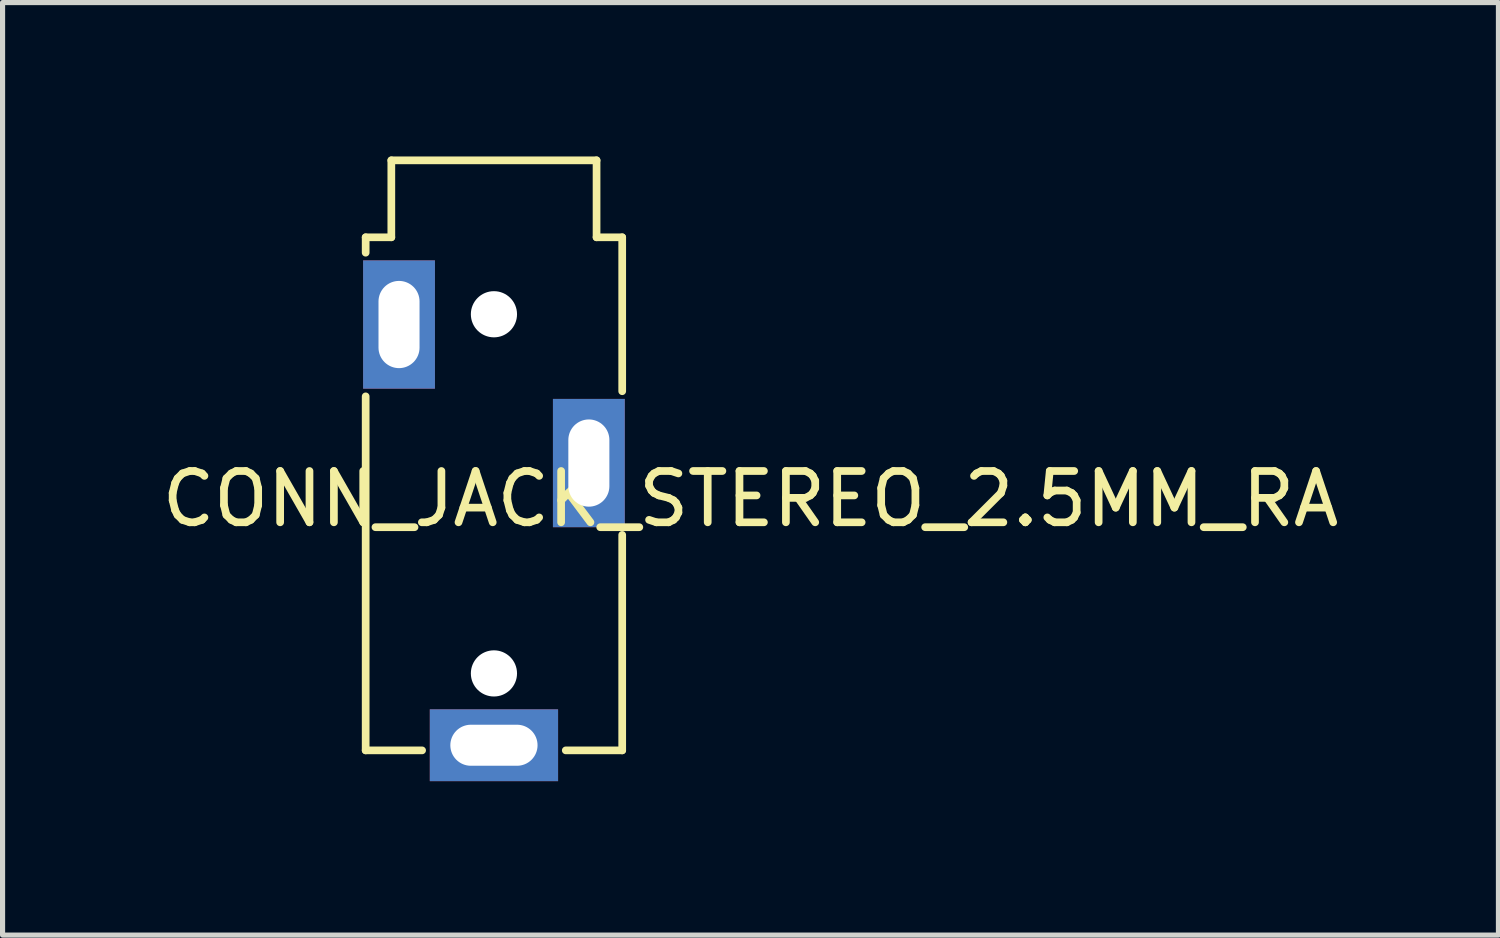
<source format=kicad_pcb>
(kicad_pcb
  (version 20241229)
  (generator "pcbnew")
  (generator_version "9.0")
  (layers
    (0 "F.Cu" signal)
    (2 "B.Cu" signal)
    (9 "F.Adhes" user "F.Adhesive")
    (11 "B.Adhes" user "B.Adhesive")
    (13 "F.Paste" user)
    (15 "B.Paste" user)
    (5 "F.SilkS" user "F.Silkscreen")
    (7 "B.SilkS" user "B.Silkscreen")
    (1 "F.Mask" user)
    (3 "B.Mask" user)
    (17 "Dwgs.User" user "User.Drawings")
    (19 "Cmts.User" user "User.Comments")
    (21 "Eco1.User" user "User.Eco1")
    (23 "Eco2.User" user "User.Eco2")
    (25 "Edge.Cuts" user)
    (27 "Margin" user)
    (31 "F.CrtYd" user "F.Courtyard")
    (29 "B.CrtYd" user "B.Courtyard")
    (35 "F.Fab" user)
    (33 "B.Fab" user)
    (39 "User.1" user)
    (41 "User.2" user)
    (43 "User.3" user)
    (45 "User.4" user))
  (footprint "CONN_JACK_STEREO_2.5MM_RA"
    (layer "F.Cu")
    (at 6.577 5.975)
    (property "Reference" "CONN_JACK_STEREO_2.5MM_RA" (at 5 0.7 180) (layer "F.SilkS") (effects (font (size 1 1) (thickness 0.15))))
    (attr through_hole)
    (fp_line (start -2.5 -4.4) (end -2 -4.4) (stroke (width 0.15) (type solid)) (layer "F.SilkS"))
    (fp_line (start -2.5 -4.1) (end -2.5 -4.4) (stroke (width 0.15) (type solid)) (layer "F.SilkS"))
    (fp_line (start -2.5 5.6) (end -2.5 -1.3) (stroke (width 0.15) (type solid)) (layer "F.SilkS"))
    (fp_line (start -2.5 5.6) (end -1.4 5.6) (stroke (width 0.15) (type solid)) (layer "F.SilkS"))
    (fp_line (start -2 -5.9) (end 2 -5.9) (stroke (width 0.15) (type solid)) (layer "F.SilkS"))
    (fp_line (start -2 -4.4) (end -2 -5.9) (stroke (width 0.15) (type solid)) (layer "F.SilkS"))
    (fp_line (start 1.4 5.6) (end 2.5 5.6) (stroke (width 0.15) (type solid)) (layer "F.SilkS"))
    (fp_line (start 2 -5.9) (end 2 -4.4) (stroke (width 0.15) (type solid)) (layer "F.SilkS"))
    (fp_line (start 2 -4.4) (end 2.5 -4.4) (stroke (width 0.15) (type solid)) (layer "F.SilkS"))
    (fp_line (start 2.5 -4.4) (end 2.5 -1.4) (stroke (width 0.15) (type solid)) (layer "F.SilkS"))
    (fp_line (start 2.5 5.6) (end 2.5 1.4) (stroke (width 0.15) (type solid)) (layer "F.SilkS"))
    (pad "" np_thru_hole circle (at 0 -2.9) (size 0.9 0.9) (drill 0.9) (layers "*.Cu" "*.Mask"))
    (pad "" np_thru_hole circle (at 0 4.1) (size 0.9 0.9) (drill 0.9) (layers "*.Cu" "*.Mask"))
    (pad "R" thru_hole rect (at 1.85 0 270) (size 2.5 1.4) (drill oval 1.7 0.8) (layers "*.Cu" "*.Mask"))
    (pad "S" thru_hole rect (at -1.85 -2.7 90) (size 2.5 1.4) (drill oval 1.7 0.8) (layers "*.Cu" "*.Mask"))
    (pad "T" thru_hole rect (at 0 5.5) (size 2.5 1.4) (drill oval 1.7 0.8) (layers "*.Cu" "*.Mask")))
  (gr_rect
    (start -3 -3)
    (end 26.155 15.175)
    (stroke (width 0.1) (type default))
    (fill no)
    (layer "Edge.Cuts")))
</source>
